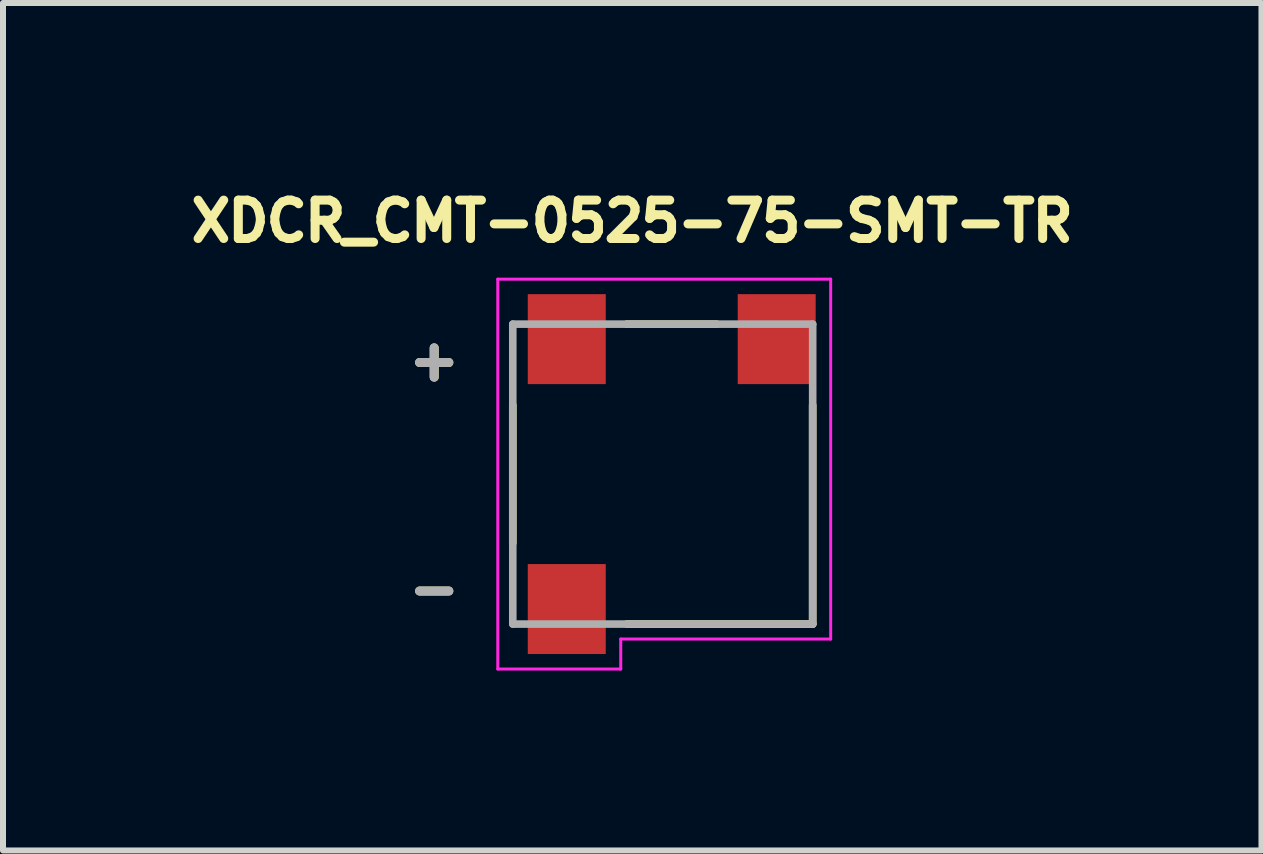
<source format=kicad_pcb>
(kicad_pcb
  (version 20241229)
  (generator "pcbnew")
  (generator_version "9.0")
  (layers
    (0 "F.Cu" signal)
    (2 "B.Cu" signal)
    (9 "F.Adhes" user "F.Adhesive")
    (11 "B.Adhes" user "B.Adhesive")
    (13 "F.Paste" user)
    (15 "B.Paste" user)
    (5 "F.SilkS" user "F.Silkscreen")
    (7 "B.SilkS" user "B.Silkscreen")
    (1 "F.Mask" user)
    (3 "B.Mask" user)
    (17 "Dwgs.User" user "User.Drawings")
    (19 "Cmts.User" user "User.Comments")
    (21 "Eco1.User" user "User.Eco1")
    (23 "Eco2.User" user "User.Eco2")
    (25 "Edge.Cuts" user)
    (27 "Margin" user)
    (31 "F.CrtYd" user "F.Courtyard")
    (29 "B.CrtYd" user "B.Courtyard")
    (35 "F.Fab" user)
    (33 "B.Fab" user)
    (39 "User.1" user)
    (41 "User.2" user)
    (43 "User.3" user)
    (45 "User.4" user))
  (footprint "XDCR_CMT-0525-75-SMT-TR"
    (layer "F.Cu")
    (at 7.999 4.854)
    (property "Reference" "XDCR_CMT-0525-75-SMT-TR" (at -0.508 -4.216 0) (layer "F.SilkS") (effects (font (size 0.64 0.64) (thickness 0.15))))
    (attr smd)
    (fp_line (start -2.5 -1.15) (end -2.5 1.15) (stroke (width 0.127) (type solid)) (layer "F.SilkS"))
    (fp_line (start -0.6 -2.5) (end 0.9 -2.5) (stroke (width 0.127) (type solid)) (layer "F.SilkS"))
    (fp_line (start -0.6 2.5) (end 2.5 2.5) (stroke (width 0.127) (type solid)) (layer "F.SilkS"))
    (fp_line (start 2.5 2.5) (end 2.5 -1.15) (stroke (width 0.127) (type solid)) (layer "F.SilkS"))
    (fp_line (start -2.75 -3.25) (end -2.75 3.25) (stroke (width 0.05) (type solid)) (layer "F.CrtYd"))
    (fp_line (start -2.75 3.25) (end -0.7 3.25) (stroke (width 0.05) (type solid)) (layer "F.CrtYd"))
    (fp_line (start -0.7 2.75) (end 2.8 2.75) (stroke (width 0.05) (type solid)) (layer "F.CrtYd"))
    (fp_line (start -0.7 3.25) (end -0.7 2.75) (stroke (width 0.05) (type solid)) (layer "F.CrtYd"))
    (fp_line (start 2.8 -3.25) (end -2.75 -3.25) (stroke (width 0.05) (type solid)) (layer "F.CrtYd"))
    (fp_line (start 2.8 2.75) (end 2.8 -3.25) (stroke (width 0.05) (type solid)) (layer "F.CrtYd"))
    (fp_line (start -2.5 -2.5) (end -2.5 2.5) (stroke (width 0.127) (type solid)) (layer "F.Fab"))
    (fp_line (start -2.5 2.5) (end 2.5 2.5) (stroke (width 0.127) (type solid)) (layer "F.Fab"))
    (fp_line (start 2.5 -2.5) (end -2.5 -2.5) (stroke (width 0.127) (type solid)) (layer "F.Fab"))
    (fp_line (start 2.5 2.5) (end 2.5 -2.5) (stroke (width 0.127) (type solid)) (layer "F.Fab"))
    (fp_text user "+" (at -3.81 -1.905 0) (layer "F.SilkS") (effects (font (size 0.64 0.64) (thickness 0.15))))
    (fp_text user "-" (at -3.81 1.905 0) (layer "F.SilkS") (effects (font (size 0.64 0.64) (thickness 0.15))))
    (fp_text user "+" (at -3.81 -1.905 0) (layer "F.Fab") (effects (font (size 0.64 0.64) (thickness 0.15))))
    (fp_text user "-" (at -3.81 1.905 0) (layer "F.Fab") (effects (font (size 0.64 0.64) (thickness 0.15))))
    (pad "1" smd rect (at 1.9 -2.25) (size 1.3 1.5) (layers "F.Cu" "F.Mask" "F.Paste"))
    (pad "N" smd rect (at -1.6 2.25) (size 1.3 1.5) (layers "F.Cu" "F.Mask" "F.Paste"))
    (pad "P" smd rect (at -1.6 -2.25) (size 1.3 1.5) (layers "F.Cu" "F.Mask" "F.Paste")))
  (gr_rect
    (start -3 -3)
    (end 17.981 11.129)
    (stroke (width 0.1) (type default))
    (fill no)
    (layer "Edge.Cuts")))
</source>
